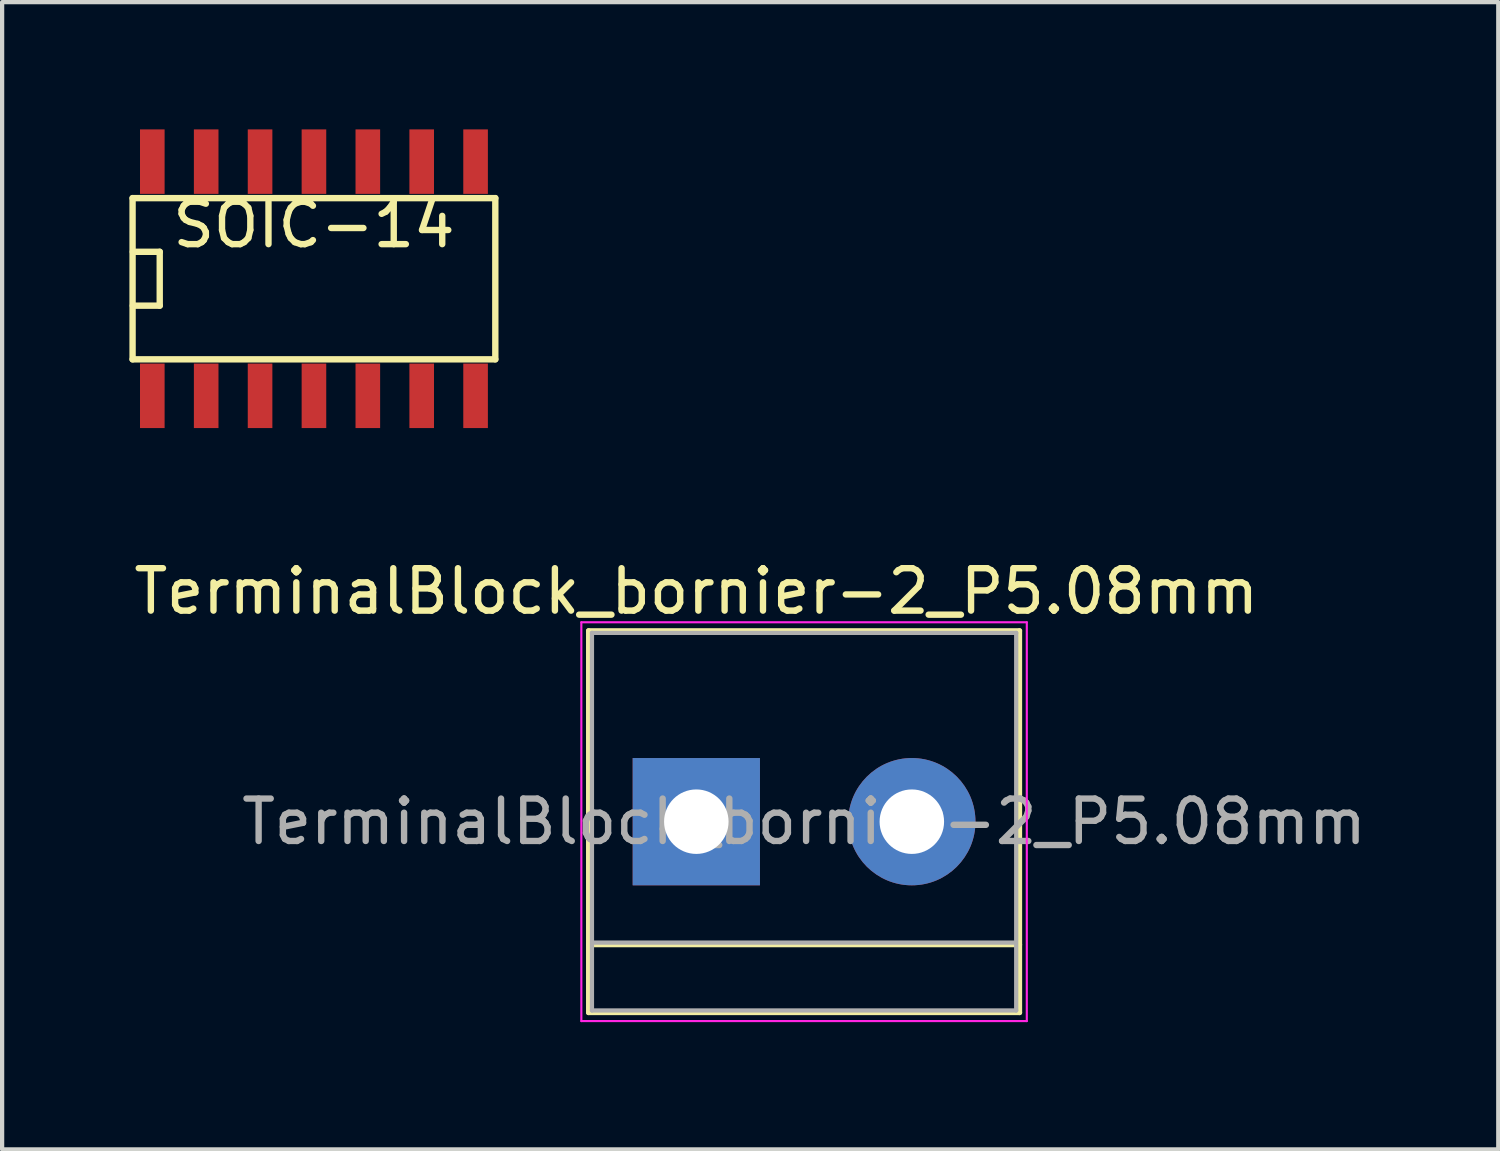
<source format=kicad_pcb>
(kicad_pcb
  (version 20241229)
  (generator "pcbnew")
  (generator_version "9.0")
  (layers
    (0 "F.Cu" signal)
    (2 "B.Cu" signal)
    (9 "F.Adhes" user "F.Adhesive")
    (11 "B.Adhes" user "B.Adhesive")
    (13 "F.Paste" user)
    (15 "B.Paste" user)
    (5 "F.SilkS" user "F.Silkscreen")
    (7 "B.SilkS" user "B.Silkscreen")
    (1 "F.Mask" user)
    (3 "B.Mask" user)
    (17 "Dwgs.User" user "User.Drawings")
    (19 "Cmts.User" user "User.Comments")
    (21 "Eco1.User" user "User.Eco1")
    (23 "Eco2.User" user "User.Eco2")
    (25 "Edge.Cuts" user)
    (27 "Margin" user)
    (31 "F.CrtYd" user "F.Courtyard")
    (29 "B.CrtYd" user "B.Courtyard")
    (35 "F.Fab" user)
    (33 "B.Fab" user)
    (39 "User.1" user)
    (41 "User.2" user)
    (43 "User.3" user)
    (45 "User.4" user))
  (footprint "TerminalBlock_bornier-2_P5.08mm"
    (layer "F.Cu")
    (at 13.363 16.318)
    (property "Reference" "TerminalBlock_bornier-2_P5.08mm" (at 0 -5.43 0) (layer "F.SilkS") (effects (font (size 1 1) (thickness 0.15))))
    (attr through_hole)
    (fp_line (start -2.54 -4.5) (end -2.54 4.5) (stroke (width 0.12) (type solid)) (layer "F.SilkS"))
    (fp_line (start -2.54 4.5) (end 7.62 4.5) (stroke (width 0.12) (type solid)) (layer "F.SilkS"))
    (fp_line (start 7.62 -4.5) (end -2.54 -4.5) (stroke (width 0.12) (type solid)) (layer "F.SilkS"))
    (fp_line (start 7.62 2.9) (end -2.54 2.9) (stroke (width 0.12) (type solid)) (layer "F.SilkS"))
    (fp_line (start 7.62 4.5) (end 7.62 -4.5) (stroke (width 0.12) (type solid)) (layer "F.SilkS"))
    (fp_line (start -2.71 -4.7) (end -2.71 4.7) (stroke (width 0.05) (type solid)) (layer "F.CrtYd"))
    (fp_line (start -2.71 -4.7) (end 7.79 -4.7) (stroke (width 0.05) (type solid)) (layer "F.CrtYd"))
    (fp_line (start 7.79 4.7) (end -2.71 4.7) (stroke (width 0.05) (type solid)) (layer "F.CrtYd"))
    (fp_line (start 7.79 4.7) (end 7.79 -4.7) (stroke (width 0.05) (type solid)) (layer "F.CrtYd"))
    (fp_line (start -2.46 -4.45) (end -2.46 4.45) (stroke (width 0.1) (type solid)) (layer "F.Fab"))
    (fp_line (start -2.46 4.45) (end 7.54 4.45) (stroke (width 0.1) (type solid)) (layer "F.Fab"))
    (fp_line (start -2.41 2.85) (end 7.49 2.85) (stroke (width 0.1) (type solid)) (layer "F.Fab"))
    (fp_line (start 7.54 -4.45) (end -2.46 -4.45) (stroke (width 0.1) (type solid)) (layer "F.Fab"))
    (fp_line (start 7.54 4.45) (end 7.54 -4.45) (stroke (width 0.1) (type solid)) (layer "F.Fab"))
    (fp_text user "${REFERENCE}" (at 2.54 0 0) (layer "F.Fab") (effects (font (size 1 1) (thickness 0.15))))
    (pad "1" thru_hole rect (at 0 0) (size 3 3) (drill 1.52) (layers "*.Cu" "*.Mask"))
    (pad "2" thru_hole circle (at 5.08 0) (size 3 3) (drill 1.52) (layers "*.Cu" "*.Mask")))
  (footprint "SOIC-14"
    (layer "F.Cu")
    (at 4.35 3.52)
    (property "Reference" "SOIC-14" (at 0 -1.27 0) (layer "F.SilkS") (effects (font (size 1 1) (thickness 0.15))))
    (attr smd)
    (fp_line (start -4.275 -1.9) (end 4.275 -1.9) (stroke (width 0.15) (type solid)) (layer "F.SilkS"))
    (fp_line (start -4.275 1.9) (end -4.275 -1.9) (stroke (width 0.15) (type solid)) (layer "F.SilkS"))
    (fp_line (start -4.275 1.9) (end 4.275 1.9) (stroke (width 0.15) (type solid)) (layer "F.SilkS"))
    (fp_line (start -4.27 -0.635) (end -3.635 -0.635) (stroke (width 0.15) (type solid)) (layer "F.SilkS"))
    (fp_line (start -3.635 -0.635) (end -3.635 0.635) (stroke (width 0.15) (type solid)) (layer "F.SilkS"))
    (fp_line (start -3.635 0.635) (end -4.27 0.635) (stroke (width 0.15) (type solid)) (layer "F.SilkS"))
    (fp_line (start 4.275 -1.9) (end 4.275 1.9) (stroke (width 0.15) (type solid)) (layer "F.SilkS"))
    (pad "1" smd rect (at -3.81 2.76) (size 0.58 1.52) (layers "F.Cu" "F.Mask" "F.Paste"))
    (pad "2" smd rect (at -2.54 2.76) (size 0.58 1.52) (layers "F.Cu" "F.Mask" "F.Paste"))
    (pad "3" smd rect (at -1.27 2.76) (size 0.58 1.52) (layers "F.Cu" "F.Mask" "F.Paste"))
    (pad "4" smd rect (at 0 2.76) (size 0.58 1.52) (layers "F.Cu" "F.Mask" "F.Paste"))
    (pad "5" smd rect (at 1.27 2.76) (size 0.58 1.52) (layers "F.Cu" "F.Mask" "F.Paste"))
    (pad "6" smd rect (at 2.54 2.76) (size 0.58 1.52) (layers "F.Cu" "F.Mask" "F.Paste"))
    (pad "7" smd rect (at 3.81 2.76) (size 0.58 1.52) (layers "F.Cu" "F.Mask" "F.Paste"))
    (pad "8" smd rect (at 3.81 -2.76) (size 0.58 1.52) (layers "F.Cu" "F.Mask" "F.Paste"))
    (pad "9" smd rect (at 2.54 -2.76) (size 0.58 1.52) (layers "F.Cu" "F.Mask" "F.Paste"))
    (pad "10" smd rect (at 1.27 -2.76) (size 0.58 1.52) (layers "F.Cu" "F.Mask" "F.Paste"))
    (pad "11" smd rect (at 0 -2.76) (size 0.58 1.52) (layers "F.Cu" "F.Mask" "F.Paste"))
    (pad "12" smd rect (at -1.27 -2.76) (size 0.58 1.52) (layers "F.Cu" "F.Mask" "F.Paste"))
    (pad "13" smd rect (at -2.54 -2.76) (size 0.58 1.52) (layers "F.Cu" "F.Mask" "F.Paste"))
    (pad "14" smd rect (at -3.81 -2.76) (size 0.58 1.52) (layers "F.Cu" "F.Mask" "F.Paste")))
  (gr_rect
    (start -3 -3)
    (end 32.266 24.043)
    (stroke (width 0.1) (type default))
    (fill no)
    (layer "Edge.Cuts")))
</source>
